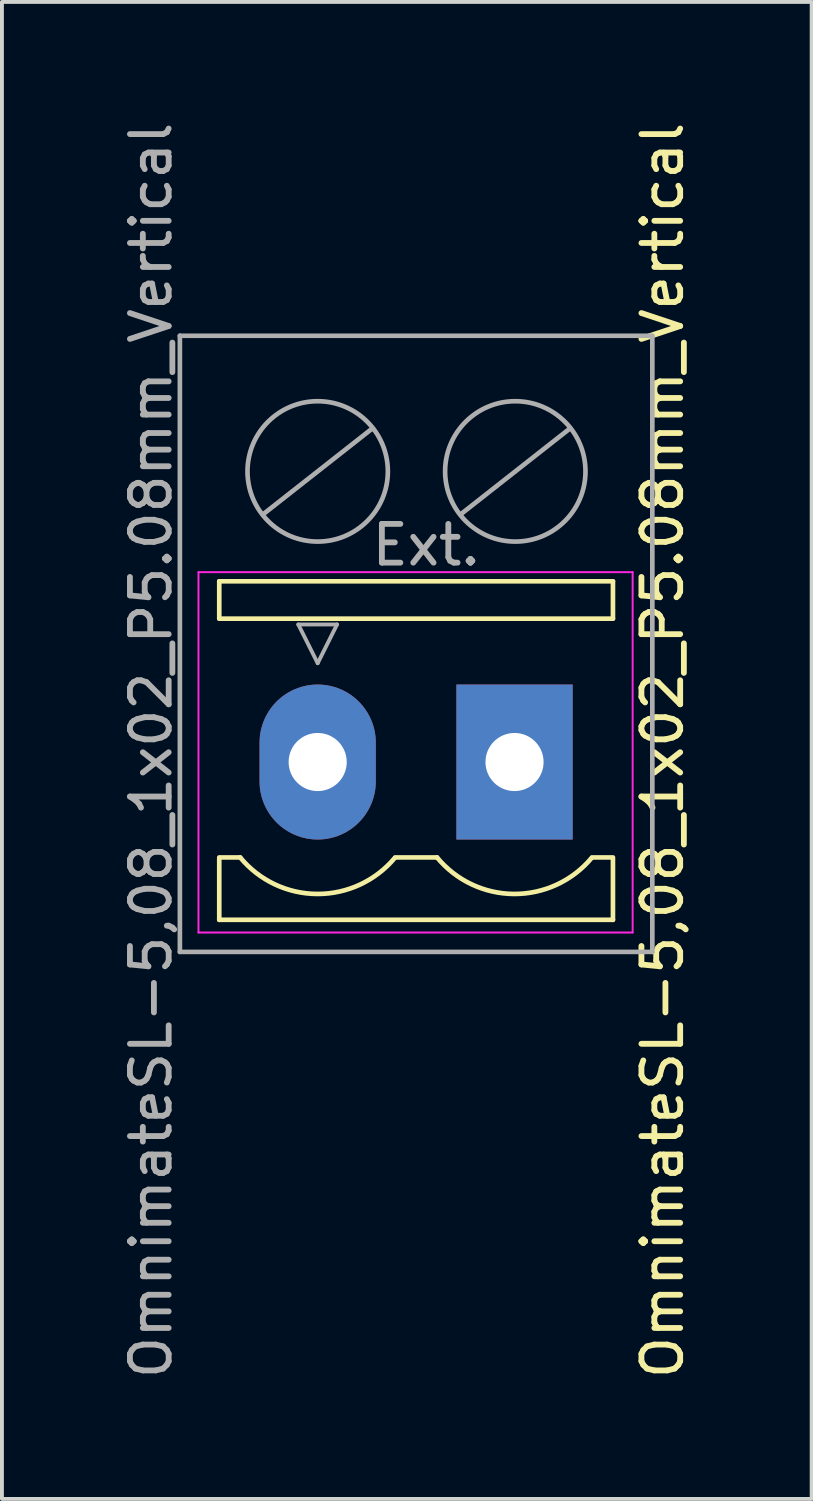
<source format=kicad_pcb>
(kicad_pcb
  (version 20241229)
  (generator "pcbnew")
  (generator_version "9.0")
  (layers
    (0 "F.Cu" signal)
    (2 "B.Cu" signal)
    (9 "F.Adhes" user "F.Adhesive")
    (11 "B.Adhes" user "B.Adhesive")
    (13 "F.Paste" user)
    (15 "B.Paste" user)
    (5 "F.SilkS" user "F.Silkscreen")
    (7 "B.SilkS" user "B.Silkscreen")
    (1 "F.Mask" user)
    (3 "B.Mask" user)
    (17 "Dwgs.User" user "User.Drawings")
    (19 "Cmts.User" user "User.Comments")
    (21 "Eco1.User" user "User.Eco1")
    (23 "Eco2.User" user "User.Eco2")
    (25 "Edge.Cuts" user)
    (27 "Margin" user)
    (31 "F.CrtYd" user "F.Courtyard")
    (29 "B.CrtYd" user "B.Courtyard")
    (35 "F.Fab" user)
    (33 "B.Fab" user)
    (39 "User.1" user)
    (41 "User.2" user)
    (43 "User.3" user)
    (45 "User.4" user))
  (footprint "OmnimateSL-5,08_1x02_P5.08mm_Vertical"
    (layer "F.Cu")
    (at 5.148 16.615)
    (property "Reference" "OmnimateSL-5,08_1x02_P5.08mm_Vertical" (at 8.9 -0.3 90) (layer "F.SilkS") (effects (font (size 1 1) (thickness 0.15))))
    (attr through_hole)
    (fp_line (start -2.54 -4.664) (end 7.62 -4.664) (stroke (width 0.12) (type solid)) (layer "F.SilkS"))
    (fp_line (start -2.54 -3.7) (end -2.54 -4.664) (stroke (width 0.12) (type solid)) (layer "F.SilkS"))
    (fp_line (start -2.54 -3.7) (end 7.62 -3.7) (stroke (width 0.12) (type solid)) (layer "F.SilkS"))
    (fp_line (start -2.54 4.072) (end -2.54 2.497) (stroke (width 0.12) (type solid)) (layer "F.SilkS"))
    (fp_line (start -2.54 4.072) (end 7.62 4.072) (stroke (width 0.12) (type solid)) (layer "F.SilkS"))
    (fp_line (start -2 2.462) (end -2.54 2.462) (stroke (width 0.12) (type solid)) (layer "F.SilkS"))
    (fp_line (start 2 2.462) (end 3.08 2.462) (stroke (width 0.12) (type solid)) (layer "F.SilkS"))
    (fp_line (start 7.62 -3.7) (end 7.62 -4.664) (stroke (width 0.12) (type solid)) (layer "F.SilkS"))
    (fp_line (start 7.62 2.462) (end 7.08 2.462) (stroke (width 0.12) (type solid)) (layer "F.SilkS"))
    (fp_line (start 7.62 4.072) (end 7.62 2.497) (stroke (width 0.12) (type solid)) (layer "F.SilkS"))
    (fp_arc (start 1.986842 2.477821) (mid -0.010289 3.404758) (end -2 2.462) (stroke (width 0.12) (type solid)) (layer "F.SilkS"))
    (fp_arc (start 7.066842 2.477821) (mid 5.069711 3.404758) (end 3.08 2.462) (stroke (width 0.12) (type solid)) (layer "F.SilkS"))
    (fp_line (start -3.076 -4.9) (end 8.128 -4.9) (stroke (width 0.05) (type solid)) (layer "F.CrtYd"))
    (fp_line (start -3.076 4.4) (end -3.076 -4.9) (stroke (width 0.05) (type solid)) (layer "F.CrtYd"))
    (fp_line (start 8.128 -4.9) (end 8.128 4.4) (stroke (width 0.05) (type solid)) (layer "F.CrtYd"))
    (fp_line (start 8.128 4.4) (end -3.076 4.4) (stroke (width 0.05) (type solid)) (layer "F.CrtYd"))
    (fp_line (start -3.556 -11) (end 8.636 -11) (stroke (width 0.12) (type solid)) (layer "F.Fab"))
    (fp_line (start -3.556 4.9) (end -3.556 -11) (stroke (width 0.12) (type solid)) (layer "F.Fab"))
    (fp_line (start -1.4 -6.4) (end 1.4 -8.6) (stroke (width 0.12) (type solid)) (layer "F.Fab"))
    (fp_line (start -0.5 -3.55) (end 0.5 -3.55) (stroke (width 0.1) (type solid)) (layer "F.Fab"))
    (fp_line (start 0 -2.55) (end -0.5 -3.55) (stroke (width 0.1) (type solid)) (layer "F.Fab"))
    (fp_line (start 0.5 -3.55) (end 0 -2.55) (stroke (width 0.1) (type solid)) (layer "F.Fab"))
    (fp_line (start 3.7 -6.4) (end 6.5 -8.6) (stroke (width 0.12) (type solid)) (layer "F.Fab"))
    (fp_line (start 8.636 -11) (end 8.636 4.9) (stroke (width 0.12) (type solid)) (layer "F.Fab"))
    (fp_line (start 8.636 4.9) (end -3.556 4.9) (stroke (width 0.12) (type solid)) (layer "F.Fab"))
    (fp_circle (center 0 -7.5) (end 1.8 -7.3) (stroke (width 0.12) (type solid)) (fill no) (layer "F.Fab"))
    (fp_circle (center 5.1 -7.5) (end 6.9 -7.3) (stroke (width 0.12) (type solid)) (fill no) (layer "F.Fab"))
    (fp_text user "Ext." (at 2.8 -5.6 180) (layer "F.Fab") (effects (font (size 1 1) (thickness 0.15))))
    (fp_text user "${REFERENCE}" (at -4.3 -0.3 90) (layer "F.Fab") (effects (font (size 1 1) (thickness 0.15))))
    (pad "1" thru_hole rect (at 5.08 0) (size 3 4) (drill 1.5) (layers "*.Cu" "*.Mask"))
    (pad "2" thru_hole oval (at 0 0) (size 3 4) (drill 1.5) (layers "*.Cu" "*.Mask")))
  (gr_rect
    (start -3 -3)
    (end 17.896 35.631)
    (stroke (width 0.1) (type default))
    (fill no)
    (layer "Edge.Cuts")))
</source>
